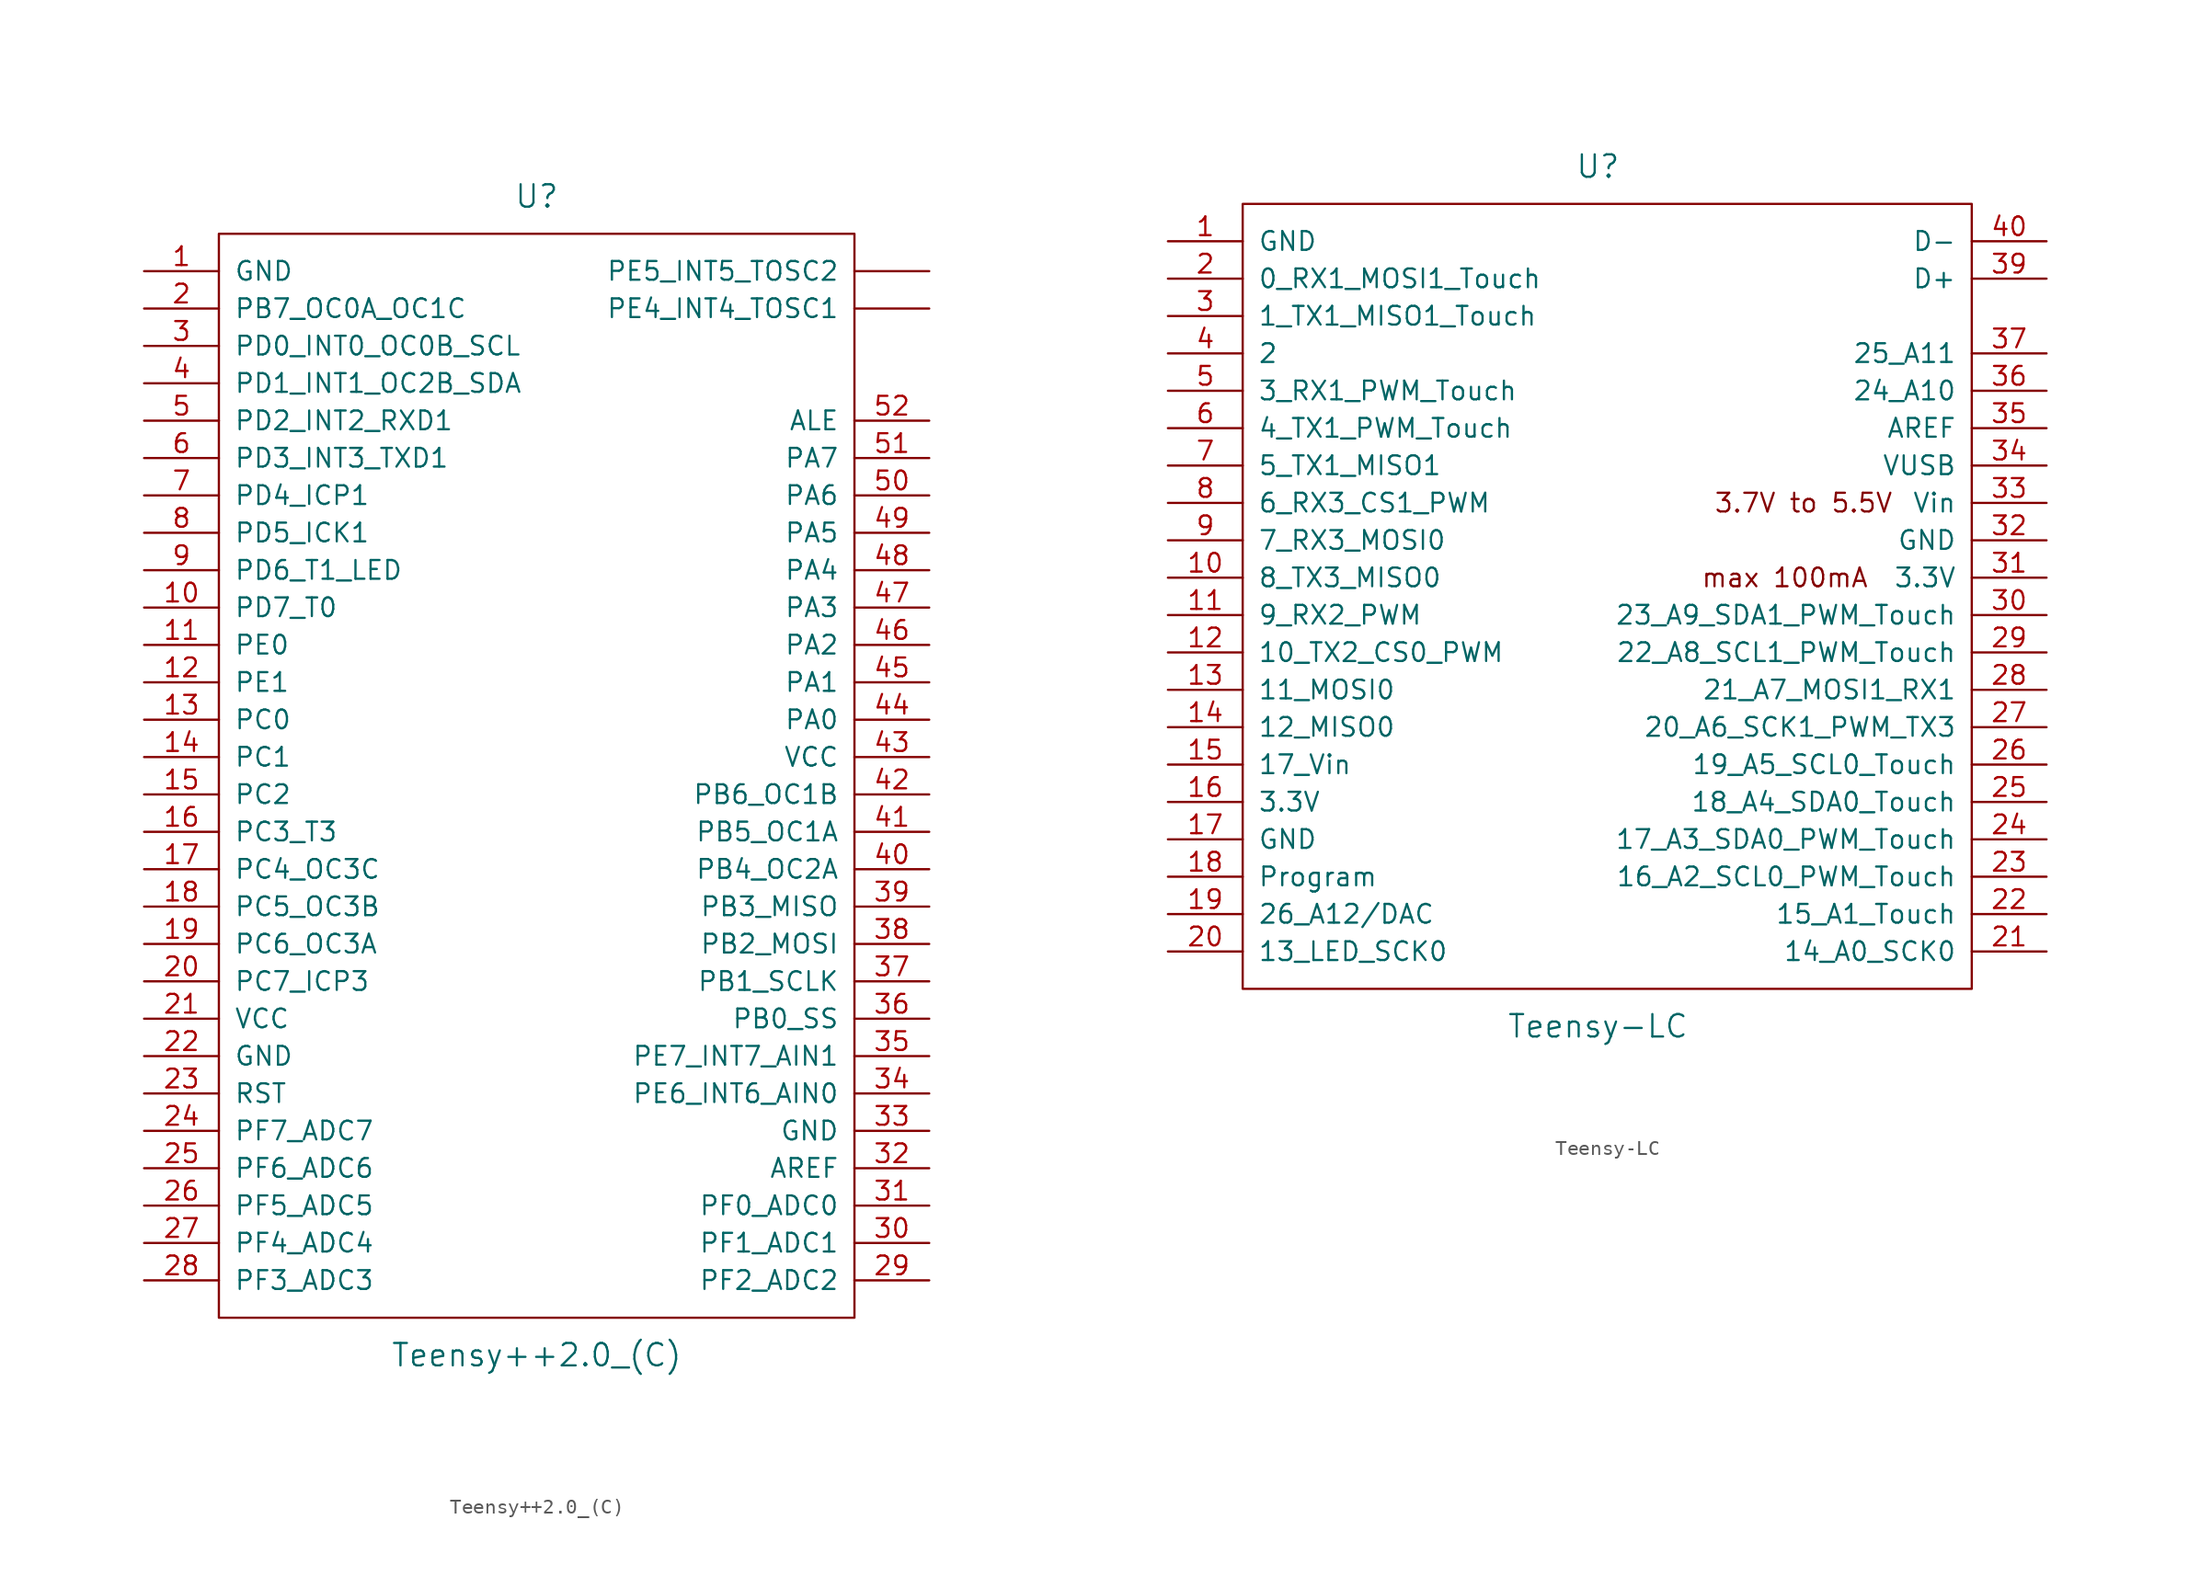
<source format=kicad_sym>
(kicad_symbol_lib
  (version 20211014)
  (generator kicad_symbol_editor)
  (symbol "Teensy++2.0_(C)"
    (pin_names
      (offset 1.016))
    (property "Reference" "U"
      (at 0 39.37 0)
      (effects (font (size 1.524 1.524))))
    (property "Value" "Teensy++2.0_(C)"
      (at 0 -39.37 0)
      (effects (font (size 1.524 1.524))))
    (property "Footprint" ""
      (at 2.54 -21.59 0)
      (effects (font (size 1.524 1.524))))
    (property "Datasheet" ""
      (at 2.54 -21.59 0)
      (effects (font (size 1.524 1.524))))
    (symbol "Teensy++2.0_(C)_0_1"
      (rectangle (start -21.59 36.83) (end 21.59 -36.83) (stroke (width 0) (type default) (color 0 0 0 0)) (fill (type none))))
    (symbol "Teensy++2.0_(C)_1_1"
      (pin power_in line (at -26.67 34.29 0) (length 5.08) (name "GND" (effects (font (size 1.27 1.27)))) (number "1" (effects (font (size 1.27 1.27)))))
      (pin bidirectional line (at -26.67 11.43 0) (length 5.08) (name "PD7_T0" (effects (font (size 1.27 1.27)))) (number "10" (effects (font (size 1.27 1.27)))))
      (pin bidirectional line (at -26.67 8.89 0) (length 5.08) (name "PE0" (effects (font (size 1.27 1.27)))) (number "11" (effects (font (size 1.27 1.27)))))
      (pin bidirectional line (at -26.67 6.35 0) (length 5.08) (name "PE1" (effects (font (size 1.27 1.27)))) (number "12" (effects (font (size 1.27 1.27)))))
      (pin bidirectional line (at -26.67 3.81 0) (length 5.08) (name "PC0" (effects (font (size 1.27 1.27)))) (number "13" (effects (font (size 1.27 1.27)))))
      (pin bidirectional line (at -26.67 1.27 0) (length 5.08) (name "PC1" (effects (font (size 1.27 1.27)))) (number "14" (effects (font (size 1.27 1.27)))))
      (pin bidirectional line (at -26.67 -1.27 0) (length 5.08) (name "PC2" (effects (font (size 1.27 1.27)))) (number "15" (effects (font (size 1.27 1.27)))))
      (pin bidirectional line (at -26.67 -3.81 0) (length 5.08) (name "PC3_T3" (effects (font (size 1.27 1.27)))) (number "16" (effects (font (size 1.27 1.27)))))
      (pin bidirectional line (at -26.67 -6.35 0) (length 5.08) (name "PC4_OC3C" (effects (font (size 1.27 1.27)))) (number "17" (effects (font (size 1.27 1.27)))))
      (pin bidirectional line (at -26.67 -8.89 0) (length 5.08) (name "PC5_OC3B" (effects (font (size 1.27 1.27)))) (number "18" (effects (font (size 1.27 1.27)))))
      (pin bidirectional line (at -26.67 -11.43 0) (length 5.08) (name "PC6_OC3A" (effects (font (size 1.27 1.27)))) (number "19" (effects (font (size 1.27 1.27)))))
      (pin bidirectional line (at -26.67 31.75 0) (length 5.08) (name "PB7_OC0A_OC1C" (effects (font (size 1.27 1.27)))) (number "2" (effects (font (size 1.27 1.27)))))
      (pin bidirectional line (at -26.67 -13.97 0) (length 5.08) (name "PC7_ICP3" (effects (font (size 1.27 1.27)))) (number "20" (effects (font (size 1.27 1.27)))))
      (pin power_in line (at -26.67 -16.51 0) (length 5.08) (name "VCC" (effects (font (size 1.27 1.27)))) (number "21" (effects (font (size 1.27 1.27)))))
      (pin power_in line (at -26.67 -19.05 0) (length 5.08) (name "GND" (effects (font (size 1.27 1.27)))) (number "22" (effects (font (size 1.27 1.27)))))
      (pin input line (at -26.67 -21.59 0) (length 5.08) (name "RST" (effects (font (size 1.27 1.27)))) (number "23" (effects (font (size 1.27 1.27)))))
      (pin bidirectional line (at -26.67 -24.13 0) (length 5.08) (name "PF7_ADC7" (effects (font (size 1.27 1.27)))) (number "24" (effects (font (size 1.27 1.27)))))
      (pin bidirectional line (at -26.67 -26.67 0) (length 5.08) (name "PF6_ADC6" (effects (font (size 1.27 1.27)))) (number "25" (effects (font (size 1.27 1.27)))))
      (pin bidirectional line (at -26.67 -29.21 0) (length 5.08) (name "PF5_ADC5" (effects (font (size 1.27 1.27)))) (number "26" (effects (font (size 1.27 1.27)))))
      (pin bidirectional line (at -26.67 -31.75 0) (length 5.08) (name "PF4_ADC4" (effects (font (size 1.27 1.27)))) (number "27" (effects (font (size 1.27 1.27)))))
      (pin bidirectional line (at -26.67 -34.29 0) (length 5.08) (name "PF3_ADC3" (effects (font (size 1.27 1.27)))) (number "28" (effects (font (size 1.27 1.27)))))
      (pin bidirectional line (at 26.67 -34.29 180) (length 5.08) (name "PF2_ADC2" (effects (font (size 1.27 1.27)))) (number "29" (effects (font (size 1.27 1.27)))))
      (pin bidirectional line (at -26.67 29.21 0) (length 5.08) (name "PD0_INT0_OC0B_SCL" (effects (font (size 1.27 1.27)))) (number "3" (effects (font (size 1.27 1.27)))))
      (pin bidirectional line (at 26.67 -31.75 180) (length 5.08) (name "PF1_ADC1" (effects (font (size 1.27 1.27)))) (number "30" (effects (font (size 1.27 1.27)))))
      (pin bidirectional line (at 26.67 -29.21 180) (length 5.08) (name "PF0_ADC0" (effects (font (size 1.27 1.27)))) (number "31" (effects (font (size 1.27 1.27)))))
      (pin input line (at 26.67 -26.67 180) (length 5.08) (name "AREF" (effects (font (size 1.27 1.27)))) (number "32" (effects (font (size 1.27 1.27)))))
      (pin power_in line (at 26.67 -24.13 180) (length 5.08) (name "GND" (effects (font (size 1.27 1.27)))) (number "33" (effects (font (size 1.27 1.27)))))
      (pin bidirectional line (at 26.67 -21.59 180) (length 5.08) (name "PE6_INT6_AIN0" (effects (font (size 1.27 1.27)))) (number "34" (effects (font (size 1.27 1.27)))))
      (pin bidirectional line (at 26.67 -19.05 180) (length 5.08) (name "PE7_INT7_AIN1" (effects (font (size 1.27 1.27)))) (number "35" (effects (font (size 1.27 1.27)))))
      (pin bidirectional line (at 26.67 -16.51 180) (length 5.08) (name "PB0_SS" (effects (font (size 1.27 1.27)))) (number "36" (effects (font (size 1.27 1.27)))))
      (pin bidirectional line (at 26.67 -13.97 180) (length 5.08) (name "PB1_SCLK" (effects (font (size 1.27 1.27)))) (number "37" (effects (font (size 1.27 1.27)))))
      (pin bidirectional line (at 26.67 -11.43 180) (length 5.08) (name "PB2_MOSI" (effects (font (size 1.27 1.27)))) (number "38" (effects (font (size 1.27 1.27)))))
      (pin bidirectional line (at 26.67 -8.89 180) (length 5.08) (name "PB3_MISO" (effects (font (size 1.27 1.27)))) (number "39" (effects (font (size 1.27 1.27)))))
      (pin bidirectional line (at -26.67 26.67 0) (length 5.08) (name "PD1_INT1_OC2B_SDA" (effects (font (size 1.27 1.27)))) (number "4" (effects (font (size 1.27 1.27)))))
      (pin bidirectional line (at 26.67 -6.35 180) (length 5.08) (name "PB4_OC2A" (effects (font (size 1.27 1.27)))) (number "40" (effects (font (size 1.27 1.27)))))
      (pin bidirectional line (at 26.67 -3.81 180) (length 5.08) (name "PB5_OC1A" (effects (font (size 1.27 1.27)))) (number "41" (effects (font (size 1.27 1.27)))))
      (pin bidirectional line (at 26.67 -1.27 180) (length 5.08) (name "PB6_OC1B" (effects (font (size 1.27 1.27)))) (number "42" (effects (font (size 1.27 1.27)))))
      (pin power_in line (at 26.67 1.27 180) (length 5.08) (name "VCC" (effects (font (size 1.27 1.27)))) (number "43" (effects (font (size 1.27 1.27)))))
      (pin bidirectional line (at 26.67 3.81 180) (length 5.08) (name "PA0" (effects (font (size 1.27 1.27)))) (number "44" (effects (font (size 1.27 1.27)))))
      (pin bidirectional line (at 26.67 6.35 180) (length 5.08) (name "PA1" (effects (font (size 1.27 1.27)))) (number "45" (effects (font (size 1.27 1.27)))))
      (pin bidirectional line (at 26.67 8.89 180) (length 5.08) (name "PA2" (effects (font (size 1.27 1.27)))) (number "46" (effects (font (size 1.27 1.27)))))
      (pin bidirectional line (at 26.67 11.43 180) (length 5.08) (name "PA3" (effects (font (size 1.27 1.27)))) (number "47" (effects (font (size 1.27 1.27)))))
      (pin bidirectional line (at 26.67 13.97 180) (length 5.08) (name "PA4" (effects (font (size 1.27 1.27)))) (number "48" (effects (font (size 1.27 1.27)))))
      (pin bidirectional line (at 26.67 16.51 180) (length 5.08) (name "PA5" (effects (font (size 1.27 1.27)))) (number "49" (effects (font (size 1.27 1.27)))))
      (pin bidirectional line (at -26.67 24.13 0) (length 5.08) (name "PD2_INT2_RXD1" (effects (font (size 1.27 1.27)))) (number "5" (effects (font (size 1.27 1.27)))))
      (pin bidirectional line (at 26.67 19.05 180) (length 5.08) (name "PA6" (effects (font (size 1.27 1.27)))) (number "50" (effects (font (size 1.27 1.27)))))
      (pin bidirectional line (at 26.67 21.59 180) (length 5.08) (name "PA7" (effects (font (size 1.27 1.27)))) (number "51" (effects (font (size 1.27 1.27)))))
      (pin input line (at 26.67 24.13 180) (length 5.08) (name "ALE" (effects (font (size 1.27 1.27)))) (number "52" (effects (font (size 1.27 1.27)))))
      (pin bidirectional line (at -26.67 21.59 0) (length 5.08) (name "PD3_INT3_TXD1" (effects (font (size 1.27 1.27)))) (number "6" (effects (font (size 1.27 1.27)))))
      (pin bidirectional line (at -26.67 19.05 0) (length 5.08) (name "PD4_ICP1" (effects (font (size 1.27 1.27)))) (number "7" (effects (font (size 1.27 1.27)))))
      (pin bidirectional line (at -26.67 16.51 0) (length 5.08) (name "PD5_ICK1" (effects (font (size 1.27 1.27)))) (number "8" (effects (font (size 1.27 1.27)))))
      (pin bidirectional line (at -26.67 13.97 0) (length 5.08) (name "PD6_T1_LED" (effects (font (size 1.27 1.27)))) (number "9" (effects (font (size 1.27 1.27)))))
      (pin bidirectional line (at 26.67 31.75 180) (length 5.08) (name "PE4_INT4_TOSC1" (effects (font (size 1.27 1.27)))) (number "~" (effects (font (size 1.27 1.27)))))
      (pin bidirectional line (at 26.67 34.29 180) (length 5.08) (name "PE5_INT5_TOSC2" (effects (font (size 1.27 1.27)))) (number "~" (effects (font (size 1.27 1.27)))))))
  (symbol "Teensy-LC"
    (pin_names
      (offset 1.016))
    (property "Reference" "U"
      (at 0 29.21 0)
      (effects (font (size 1.524 1.524))))
    (property "Value" "Teensy-LC"
      (at 0 -29.21 0)
      (effects (font (size 1.524 1.524))))
    (property "Footprint" ""
      (at 0 -13.97 0)
      (effects (font (size 1.524 1.524))))
    (property "Datasheet" ""
      (at 0 -13.97 0)
      (effects (font (size 1.524 1.524))))
    (symbol "Teensy-LC_0_0"
      (text "3.7V to 5.5V" (at 13.97 6.35 0) (effects (font (size 1.27 1.27))))
      (text "max 100mA" (at 12.7 1.27 0) (effects (font (size 1.27 1.27)))))
    (symbol "Teensy-LC_0_1"
      (rectangle (start -24.13 26.67) (end 25.4 -26.67) (stroke (width 0) (type default) (color 0 0 0 0)) (fill (type none))))
    (symbol "Teensy-LC_1_1"
      (pin power_in line (at -29.21 24.13 0) (length 5.08) (name "GND" (effects (font (size 1.27 1.27)))) (number "1" (effects (font (size 1.27 1.27)))))
      (pin bidirectional line (at -29.21 1.27 0) (length 5.08) (name "8_TX3_MISO0" (effects (font (size 1.27 1.27)))) (number "10" (effects (font (size 1.27 1.27)))))
      (pin bidirectional line (at -29.21 -1.27 0) (length 5.08) (name "9_RX2_PWM" (effects (font (size 1.27 1.27)))) (number "11" (effects (font (size 1.27 1.27)))))
      (pin bidirectional line (at -29.21 -3.81 0) (length 5.08) (name "10_TX2_CS0_PWM" (effects (font (size 1.27 1.27)))) (number "12" (effects (font (size 1.27 1.27)))))
      (pin bidirectional line (at -29.21 -6.35 0) (length 5.08) (name "11_MOSI0" (effects (font (size 1.27 1.27)))) (number "13" (effects (font (size 1.27 1.27)))))
      (pin bidirectional line (at -29.21 -8.89 0) (length 5.08) (name "12_MISO0" (effects (font (size 1.27 1.27)))) (number "14" (effects (font (size 1.27 1.27)))))
      (pin output line (at -29.21 -11.43 0) (length 5.08) (name "17_Vin" (effects (font (size 1.27 1.27)))) (number "15" (effects (font (size 1.27 1.27)))))
      (pin power_in line (at -29.21 -13.97 0) (length 5.08) (name "3.3V" (effects (font (size 1.27 1.27)))) (number "16" (effects (font (size 1.27 1.27)))))
      (pin power_in line (at -29.21 -16.51 0) (length 5.08) (name "GND" (effects (font (size 1.27 1.27)))) (number "17" (effects (font (size 1.27 1.27)))))
      (pin input line (at -29.21 -19.05 0) (length 5.08) (name "Program" (effects (font (size 1.27 1.27)))) (number "18" (effects (font (size 1.27 1.27)))))
      (pin bidirectional line (at -29.21 -21.59 0) (length 5.08) (name "26_A12/DAC" (effects (font (size 1.27 1.27)))) (number "19" (effects (font (size 1.27 1.27)))))
      (pin bidirectional line (at -29.21 21.59 0) (length 5.08) (name "0_RX1_MOSI1_Touch" (effects (font (size 1.27 1.27)))) (number "2" (effects (font (size 1.27 1.27)))))
      (pin bidirectional line (at -29.21 -24.13 0) (length 5.08) (name "13_LED_SCK0" (effects (font (size 1.27 1.27)))) (number "20" (effects (font (size 1.27 1.27)))))
      (pin bidirectional line (at 30.48 -24.13 180) (length 5.08) (name "14_A0_SCK0" (effects (font (size 1.27 1.27)))) (number "21" (effects (font (size 1.27 1.27)))))
      (pin bidirectional line (at 30.48 -21.59 180) (length 5.08) (name "15_A1_Touch" (effects (font (size 1.27 1.27)))) (number "22" (effects (font (size 1.27 1.27)))))
      (pin bidirectional line (at 30.48 -19.05 180) (length 5.08) (name "16_A2_SCL0_PWM_Touch" (effects (font (size 1.27 1.27)))) (number "23" (effects (font (size 1.27 1.27)))))
      (pin bidirectional line (at 30.48 -16.51 180) (length 5.08) (name "17_A3_SDA0_PWM_Touch" (effects (font (size 1.27 1.27)))) (number "24" (effects (font (size 1.27 1.27)))))
      (pin bidirectional line (at 30.48 -13.97 180) (length 5.08) (name "18_A4_SDA0_Touch" (effects (font (size 1.27 1.27)))) (number "25" (effects (font (size 1.27 1.27)))))
      (pin bidirectional line (at 30.48 -11.43 180) (length 5.08) (name "19_A5_SCL0_Touch" (effects (font (size 1.27 1.27)))) (number "26" (effects (font (size 1.27 1.27)))))
      (pin bidirectional line (at 30.48 -8.89 180) (length 5.08) (name "20_A6_SCK1_PWM_TX3" (effects (font (size 1.27 1.27)))) (number "27" (effects (font (size 1.27 1.27)))))
      (pin bidirectional line (at 30.48 -6.35 180) (length 5.08) (name "21_A7_MOSI1_RX1" (effects (font (size 1.27 1.27)))) (number "28" (effects (font (size 1.27 1.27)))))
      (pin bidirectional line (at 30.48 -3.81 180) (length 5.08) (name "22_A8_SCL1_PWM_Touch" (effects (font (size 1.27 1.27)))) (number "29" (effects (font (size 1.27 1.27)))))
      (pin bidirectional line (at -29.21 19.05 0) (length 5.08) (name "1_TX1_MISO1_Touch" (effects (font (size 1.27 1.27)))) (number "3" (effects (font (size 1.27 1.27)))))
      (pin bidirectional line (at 30.48 -1.27 180) (length 5.08) (name "23_A9_SDA1_PWM_Touch" (effects (font (size 1.27 1.27)))) (number "30" (effects (font (size 1.27 1.27)))))
      (pin power_out line (at 30.48 1.27 180) (length 5.08) (name "3.3V" (effects (font (size 1.27 1.27)))) (number "31" (effects (font (size 1.27 1.27)))))
      (pin power_in line (at 30.48 3.81 180) (length 5.08) (name "GND" (effects (font (size 1.27 1.27)))) (number "32" (effects (font (size 1.27 1.27)))))
      (pin power_in line (at 30.48 6.35 180) (length 5.08) (name "Vin" (effects (font (size 1.27 1.27)))) (number "33" (effects (font (size 1.27 1.27)))))
      (pin power_in line (at 30.48 8.89 180) (length 5.08) (name "VUSB" (effects (font (size 1.27 1.27)))) (number "34" (effects (font (size 1.27 1.27)))))
      (pin input line (at 30.48 11.43 180) (length 5.08) (name "AREF" (effects (font (size 1.27 1.27)))) (number "35" (effects (font (size 1.27 1.27)))))
      (pin bidirectional line (at 30.48 13.97 180) (length 5.08) (name "24_A10" (effects (font (size 1.27 1.27)))) (number "36" (effects (font (size 1.27 1.27)))))
      (pin bidirectional line (at 30.48 16.51 180) (length 5.08) (name "25_A11" (effects (font (size 1.27 1.27)))) (number "37" (effects (font (size 1.27 1.27)))))
      (pin bidirectional line (at 30.48 21.59 180) (length 5.08) (name "D+" (effects (font (size 1.27 1.27)))) (number "39" (effects (font (size 1.27 1.27)))))
      (pin bidirectional line (at -29.21 16.51 0) (length 5.08) (name "2" (effects (font (size 1.27 1.27)))) (number "4" (effects (font (size 1.27 1.27)))))
      (pin bidirectional line (at 30.48 24.13 180) (length 5.08) (name "D-" (effects (font (size 1.27 1.27)))) (number "40" (effects (font (size 1.27 1.27)))))
      (pin bidirectional line (at -29.21 13.97 0) (length 5.08) (name "3_RX1_PWM_Touch" (effects (font (size 1.27 1.27)))) (number "5" (effects (font (size 1.27 1.27)))))
      (pin bidirectional line (at -29.21 11.43 0) (length 5.08) (name "4_TX1_PWM_Touch" (effects (font (size 1.27 1.27)))) (number "6" (effects (font (size 1.27 1.27)))))
      (pin bidirectional line (at -29.21 8.89 0) (length 5.08) (name "5_TX1_MISO1" (effects (font (size 1.27 1.27)))) (number "7" (effects (font (size 1.27 1.27)))))
      (pin bidirectional line (at -29.21 6.35 0) (length 5.08) (name "6_RX3_CS1_PWM" (effects (font (size 1.27 1.27)))) (number "8" (effects (font (size 1.27 1.27)))))
      (pin bidirectional line (at -29.21 3.81 0) (length 5.08) (name "7_RX3_MOSI0" (effects (font (size 1.27 1.27)))) (number "9" (effects (font (size 1.27 1.27))))))))
</source>
